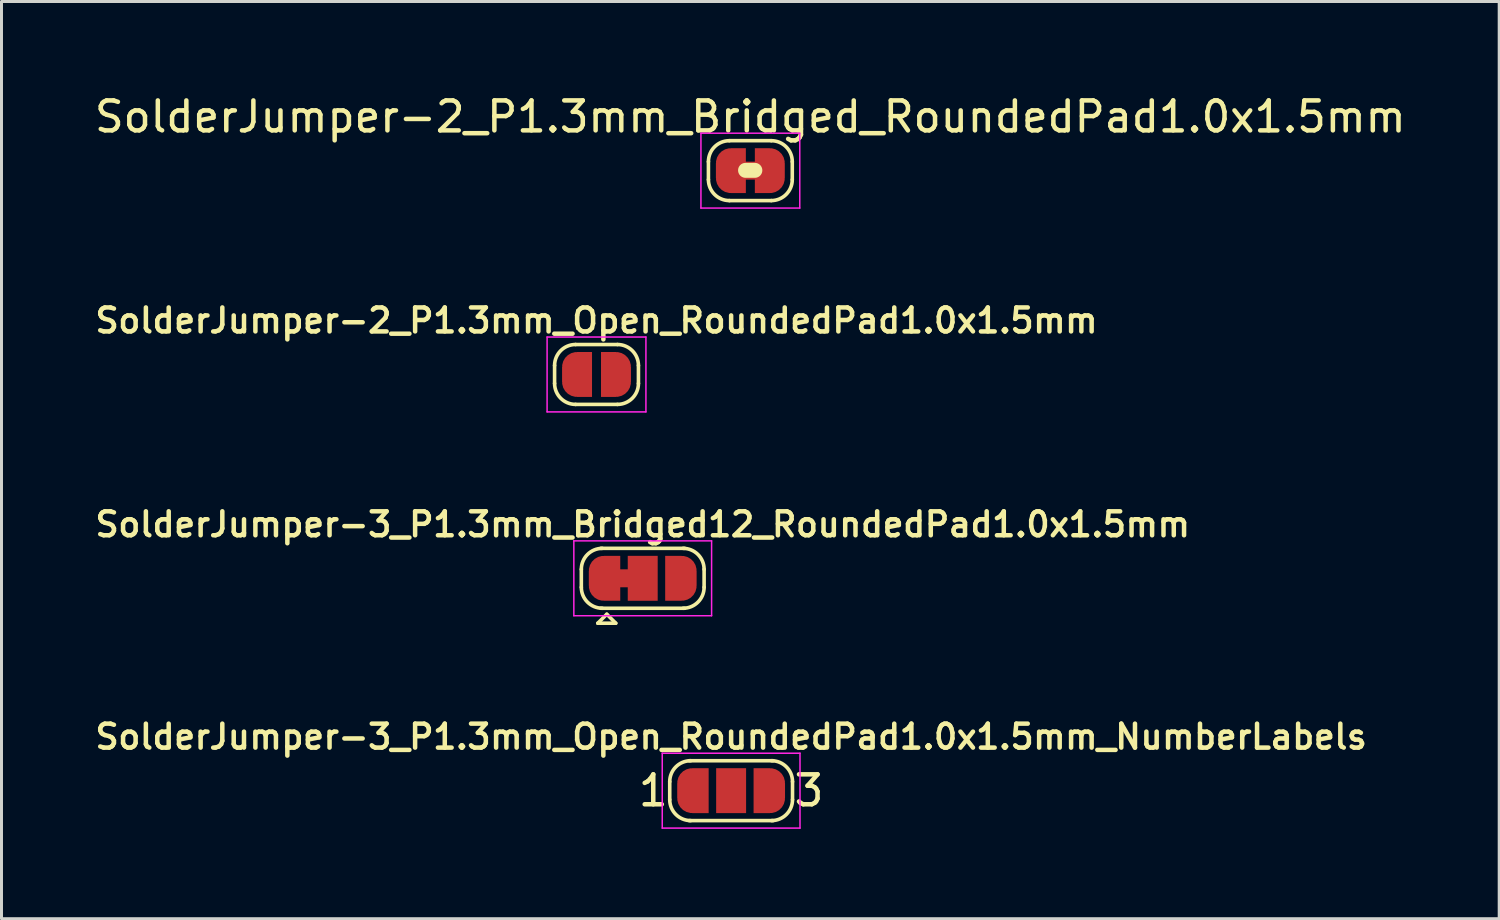
<source format=kicad_pcb>
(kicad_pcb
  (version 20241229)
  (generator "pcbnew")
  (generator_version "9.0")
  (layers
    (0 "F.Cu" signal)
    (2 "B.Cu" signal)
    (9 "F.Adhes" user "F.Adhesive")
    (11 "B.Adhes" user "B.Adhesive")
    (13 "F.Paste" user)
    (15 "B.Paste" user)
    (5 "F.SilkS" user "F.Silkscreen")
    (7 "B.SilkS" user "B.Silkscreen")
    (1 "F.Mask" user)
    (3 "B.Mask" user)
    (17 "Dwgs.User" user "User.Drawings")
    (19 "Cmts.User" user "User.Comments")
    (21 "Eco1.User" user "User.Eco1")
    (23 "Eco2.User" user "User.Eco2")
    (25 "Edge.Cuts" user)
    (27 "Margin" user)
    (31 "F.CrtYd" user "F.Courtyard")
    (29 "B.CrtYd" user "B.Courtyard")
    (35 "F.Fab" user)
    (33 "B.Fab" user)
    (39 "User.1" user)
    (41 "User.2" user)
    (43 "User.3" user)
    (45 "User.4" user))
  (footprint "SolderJumper-2_P1.3mm_Bridged_RoundedPad1.0x1.5mm"
    (layer "F.Cu")
    (at 22.006 2.648)
    (property "Reference" "SolderJumper-2_P1.3mm_Bridged_RoundedPad1.0x1.5mm" (at 0 -1.8 0) (layer "F.SilkS") (effects (font (size 1 1) (thickness 0.15))))
    (attr exclude_from_pos_files exclude_from_bom)
    (fp_poly (pts (xy 0.25 -0.3) (xy -0.25 -0.3) (xy -0.25 0.3) (xy 0.25 0.3)) (stroke (width 0) (type solid)) (fill yes) (layer "F.Cu"))
    (fp_line (start -1.4 0.3) (end -1.4 -0.3) (stroke (width 0.12) (type solid)) (layer "F.SilkS"))
    (fp_line (start -0.7 -1) (end 0.7 -1) (stroke (width 0.12) (type solid)) (layer "F.SilkS"))
    (fp_line (start 0.15 -0.01) (end -0.16 -0.01) (stroke (width 0.5) (type default)) (layer "F.SilkS"))
    (fp_line (start 0.7 1) (end -0.7 1) (stroke (width 0.12) (type solid)) (layer "F.SilkS"))
    (fp_line (start 1.4 -0.3) (end 1.4 0.3) (stroke (width 0.12) (type solid)) (layer "F.SilkS"))
    (fp_arc (start -1.4 -0.3) (mid -1.194975 -0.794975) (end -0.7 -1) (stroke (width 0.12) (type solid)) (layer "F.SilkS"))
    (fp_arc (start -0.7 1) (mid -1.194975 0.794975) (end -1.4 0.3) (stroke (width 0.12) (type solid)) (layer "F.SilkS"))
    (fp_arc (start 0.7 -1) (mid 1.194975 -0.794975) (end 1.4 -0.3) (stroke (width 0.12) (type solid)) (layer "F.SilkS"))
    (fp_arc (start 1.4 0.3) (mid 1.194975 0.794975) (end 0.7 1) (stroke (width 0.12) (type solid)) (layer "F.SilkS"))
    (fp_line (start -1.65 -1.25) (end -1.65 1.25) (stroke (width 0.05) (type solid)) (layer "F.CrtYd"))
    (fp_line (start -1.65 -1.25) (end 1.65 -1.25) (stroke (width 0.05) (type solid)) (layer "F.CrtYd"))
    (fp_line (start 1.65 1.25) (end -1.65 1.25) (stroke (width 0.05) (type solid)) (layer "F.CrtYd"))
    (fp_line (start 1.65 1.25) (end 1.65 -1.25) (stroke (width 0.05) (type solid)) (layer "F.CrtYd"))
    (pad "1" smd custom (at -0.65 0) (size 1 0.5) (layers "F.Cu" "F.Mask") (options (anchor rect)) (primitives (gr_circle (center 0 0.25) (end 0.5 0.25) (width 0) (fill yes)) (gr_circle (center 0 -0.25) (end 0.5 -0.25) (width 0) (fill yes)) (gr_poly (pts (xy 0.5 0.75) (xy 0 0.75) (xy 0 -0.75) (xy 0.5 -0.75)) (width 0) (fill yes))))
    (pad "2" smd custom (at 0.65 0) (size 1 0.5) (layers "F.Cu" "F.Mask") (options (anchor rect)) (primitives (gr_circle (center 0 0.25) (end 0.5 0.25) (width 0) (fill yes)) (gr_circle (center 0 -0.25) (end 0.5 -0.25) (width 0) (fill yes)) (gr_poly (pts (xy 0 0.75) (xy -0.5 0.75) (xy -0.5 -0.75) (xy 0 -0.75)) (width 0) (fill yes)))))
  (footprint "SolderJumper-2_P1.3mm_Open_RoundedPad1.0x1.5mm"
    (layer "F.Cu")
    (at 16.869 9.454)
    (property "Reference" "SolderJumper-2_P1.3mm_Open_RoundedPad1.0x1.5mm" (at 0 -1.8 0) (layer "F.SilkS") (effects (font (size 0.8 0.8) (thickness 0.15))))
    (attr exclude_from_pos_files exclude_from_bom)
    (fp_line (start -1.4 0.3) (end -1.4 -0.3) (stroke (width 0.12) (type solid)) (layer "F.SilkS"))
    (fp_line (start -0.7 -1) (end 0.7 -1) (stroke (width 0.12) (type solid)) (layer "F.SilkS"))
    (fp_line (start 0.7 1) (end -0.7 1) (stroke (width 0.12) (type solid)) (layer "F.SilkS"))
    (fp_line (start 1.4 -0.3) (end 1.4 0.3) (stroke (width 0.12) (type solid)) (layer "F.SilkS"))
    (fp_arc (start -1.4 -0.3) (mid -1.194975 -0.794975) (end -0.7 -1) (stroke (width 0.12) (type solid)) (layer "F.SilkS"))
    (fp_arc (start -0.7 1) (mid -1.194975 0.794975) (end -1.4 0.3) (stroke (width 0.12) (type solid)) (layer "F.SilkS"))
    (fp_arc (start 0.7 -1) (mid 1.194975 -0.794975) (end 1.4 -0.3) (stroke (width 0.12) (type solid)) (layer "F.SilkS"))
    (fp_arc (start 1.4 0.3) (mid 1.194975 0.794975) (end 0.7 1) (stroke (width 0.12) (type solid)) (layer "F.SilkS"))
    (fp_line (start -1.65 -1.25) (end -1.65 1.25) (stroke (width 0.05) (type solid)) (layer "F.CrtYd"))
    (fp_line (start -1.65 -1.25) (end 1.65 -1.25) (stroke (width 0.05) (type solid)) (layer "F.CrtYd"))
    (fp_line (start 1.65 1.25) (end -1.65 1.25) (stroke (width 0.05) (type solid)) (layer "F.CrtYd"))
    (fp_line (start 1.65 1.25) (end 1.65 -1.25) (stroke (width 0.05) (type solid)) (layer "F.CrtYd"))
    (pad "1" smd custom (at -0.65 0) (size 1 0.5) (layers "F.Cu" "F.Mask") (options (anchor rect)) (primitives (gr_circle (center 0 0.25) (end 0.5 0.25) (width 0) (fill yes)) (gr_circle (center 0 -0.25) (end 0.5 -0.25) (width 0) (fill yes)) (gr_poly (pts (xy 0.5 0.75) (xy 0 0.75) (xy 0 -0.75) (xy 0.5 -0.75)) (width 0) (fill yes))))
    (pad "2" smd custom (at 0.65 0) (size 1 0.5) (layers "F.Cu" "F.Mask") (options (anchor rect)) (primitives (gr_circle (center 0 0.25) (end 0.5 0.25) (width 0) (fill yes)) (gr_circle (center 0 -0.25) (end 0.5 -0.25) (width 0) (fill yes)) (gr_poly (pts (xy 0 0.75) (xy -0.5 0.75) (xy -0.5 -0.75) (xy 0 -0.75)) (width 0) (fill yes)))))
  (footprint "SolderJumper-3_P1.3mm_Bridged12_RoundedPad1.0x1.5mm"
    (layer "F.Cu")
    (at 18.412 16.261)
    (property "Reference" "SolderJumper-3_P1.3mm_Bridged12_RoundedPad1.0x1.5mm" (at 0 -1.8 0) (layer "F.SilkS") (effects (font (size 0.8 0.8) (thickness 0.15))))
    (attr exclude_from_pos_files exclude_from_bom)
    (fp_poly (pts (xy -0.9 -0.3) (xy -0.4 -0.3) (xy -0.4 0.3) (xy -0.9 0.3)) (stroke (width 0) (type solid)) (fill yes) (layer "F.Cu"))
    (fp_line (start -2.05 0.3) (end -2.05 -0.3) (stroke (width 0.12) (type solid)) (layer "F.SilkS"))
    (fp_line (start -1.5 1.5) (end -0.9 1.5) (stroke (width 0.12) (type solid)) (layer "F.SilkS"))
    (fp_line (start -1.4 -1) (end 1.4 -1) (stroke (width 0.12) (type solid)) (layer "F.SilkS"))
    (fp_line (start -1.2 1.2) (end -1.5 1.5) (stroke (width 0.12) (type solid)) (layer "F.SilkS"))
    (fp_line (start -1.2 1.2) (end -0.9 1.5) (stroke (width 0.12) (type solid)) (layer "F.SilkS"))
    (fp_line (start 1.4 1) (end -1.4 1) (stroke (width 0.12) (type solid)) (layer "F.SilkS"))
    (fp_line (start 2.05 -0.3) (end 2.05 0.3) (stroke (width 0.12) (type solid)) (layer "F.SilkS"))
    (fp_arc (start -2.05 -0.3) (mid -1.844975 -0.794975) (end -1.35 -1) (stroke (width 0.12) (type solid)) (layer "F.SilkS"))
    (fp_arc (start -1.35 1) (mid -1.844975 0.794975) (end -2.05 0.3) (stroke (width 0.12) (type solid)) (layer "F.SilkS"))
    (fp_arc (start 1.35 -1) (mid 1.844975 -0.794975) (end 2.05 -0.3) (stroke (width 0.12) (type solid)) (layer "F.SilkS"))
    (fp_arc (start 2.05 0.3) (mid 1.844975 0.794975) (end 1.35 1) (stroke (width 0.12) (type solid)) (layer "F.SilkS"))
    (fp_line (start -2.3 -1.25) (end -2.3 1.25) (stroke (width 0.05) (type solid)) (layer "F.CrtYd"))
    (fp_line (start -2.3 -1.25) (end 2.3 -1.25) (stroke (width 0.05) (type solid)) (layer "F.CrtYd"))
    (fp_line (start 2.3 1.25) (end -2.3 1.25) (stroke (width 0.05) (type solid)) (layer "F.CrtYd"))
    (fp_line (start 2.3 1.25) (end 2.3 -1.25) (stroke (width 0.05) (type solid)) (layer "F.CrtYd"))
    (pad "1" smd custom (at -1.3 0) (size 1 0.5) (layers "F.Cu" "F.Mask") (options (anchor rect)) (primitives (gr_circle (center 0 0.25) (end 0.5 0.25) (width 0) (fill yes)) (gr_circle (center 0 -0.25) (end 0.5 -0.25) (width 0) (fill yes)) (gr_poly (pts (xy 0.55 0.75) (xy 0 0.75) (xy 0 -0.75) (xy 0.55 -0.75)) (width 0) (fill yes))))
    (pad "2" smd rect (at 0 0) (size 1 1.5) (layers "F.Cu" "F.Mask"))
    (pad "3" smd custom (at 1.3 0) (size 1 0.5) (layers "F.Cu" "F.Mask") (options (anchor rect)) (primitives (gr_circle (center 0 0.25) (end 0.5 0.25) (width 0) (fill yes)) (gr_circle (center 0 -0.25) (end 0.5 -0.25) (width 0) (fill yes)) (gr_poly (pts (xy 0 0.75) (xy -0.55 0.75) (xy -0.55 -0.75) (xy 0 -0.75)) (width 0) (fill yes)))))
  (footprint "SolderJumper-3_P1.3mm_Open_RoundedPad1.0x1.5mm_NumberLabels"
    (layer "F.Cu")
    (at 21.364 23.352)
    (property "Reference" "SolderJumper-3_P1.3mm_Open_RoundedPad1.0x1.5mm_NumberLabels" (at 0 -1.8 0) (layer "F.SilkS") (effects (font (size 0.8 0.8) (thickness 0.15))))
    (attr exclude_from_pos_files exclude_from_bom)
    (fp_line (start -2.05 0.3) (end -2.05 -0.3) (stroke (width 0.12) (type solid)) (layer "F.SilkS"))
    (fp_line (start -1.4 -1) (end 1.4 -1) (stroke (width 0.12) (type solid)) (layer "F.SilkS"))
    (fp_line (start 1.4 1) (end -1.4 1) (stroke (width 0.12) (type solid)) (layer "F.SilkS"))
    (fp_line (start 2.05 -0.3) (end 2.05 0.3) (stroke (width 0.12) (type solid)) (layer "F.SilkS"))
    (fp_arc (start -2.05 -0.3) (mid -1.844975 -0.794975) (end -1.35 -1) (stroke (width 0.12) (type solid)) (layer "F.SilkS"))
    (fp_arc (start -1.35 1) (mid -1.844975 0.794975) (end -2.05 0.3) (stroke (width 0.12) (type solid)) (layer "F.SilkS"))
    (fp_arc (start 1.35 -1) (mid 1.844975 -0.794975) (end 2.05 -0.3) (stroke (width 0.12) (type solid)) (layer "F.SilkS"))
    (fp_arc (start 2.05 0.3) (mid 1.844975 0.794975) (end 1.35 1) (stroke (width 0.12) (type solid)) (layer "F.SilkS"))
    (fp_line (start -2.3 -1.25) (end -2.3 1.25) (stroke (width 0.05) (type solid)) (layer "F.CrtYd"))
    (fp_line (start -2.3 -1.25) (end 2.3 -1.25) (stroke (width 0.05) (type solid)) (layer "F.CrtYd"))
    (fp_line (start 2.3 1.25) (end -2.3 1.25) (stroke (width 0.05) (type solid)) (layer "F.CrtYd"))
    (fp_line (start 2.3 1.25) (end 2.3 -1.25) (stroke (width 0.05) (type solid)) (layer "F.CrtYd"))
    (fp_text user "1" (at -2.6 0 0) (layer "F.SilkS") (effects (font (size 1 1) (thickness 0.15))))
    (fp_text user "3" (at 2.6 0 0) (layer "F.SilkS") (effects (font (size 1 1) (thickness 0.15))))
    (pad "1" smd custom (at -1.3 0) (size 1 0.5) (layers "F.Cu" "F.Mask") (options (anchor rect)) (primitives (gr_circle (center 0 0.25) (end 0.5 0.25) (width 0) (fill yes)) (gr_circle (center 0 -0.25) (end 0.5 -0.25) (width 0) (fill yes)) (gr_poly (pts (xy 0.55 0.75) (xy 0 0.75) (xy 0 -0.75) (xy 0.55 -0.75)) (width 0) (fill yes))))
    (pad "2" smd rect (at 0 0) (size 1 1.5) (layers "F.Cu" "F.Mask"))
    (pad "3" smd custom (at 1.3 0) (size 1 0.5) (layers "F.Cu" "F.Mask") (options (anchor rect)) (primitives (gr_circle (center 0 0.25) (end 0.5 0.25) (width 0) (fill yes)) (gr_circle (center 0 -0.25) (end 0.5 -0.25) (width 0) (fill yes)) (gr_poly (pts (xy 0 0.75) (xy -0.55 0.75) (xy -0.55 -0.75) (xy 0 -0.75)) (width 0) (fill yes)))))
  (gr_rect
    (start -3 -3)
    (end 47.012 27.627)
    (stroke (width 0.1) (type default))
    (fill no)
    (layer "Edge.Cuts")))
</source>
